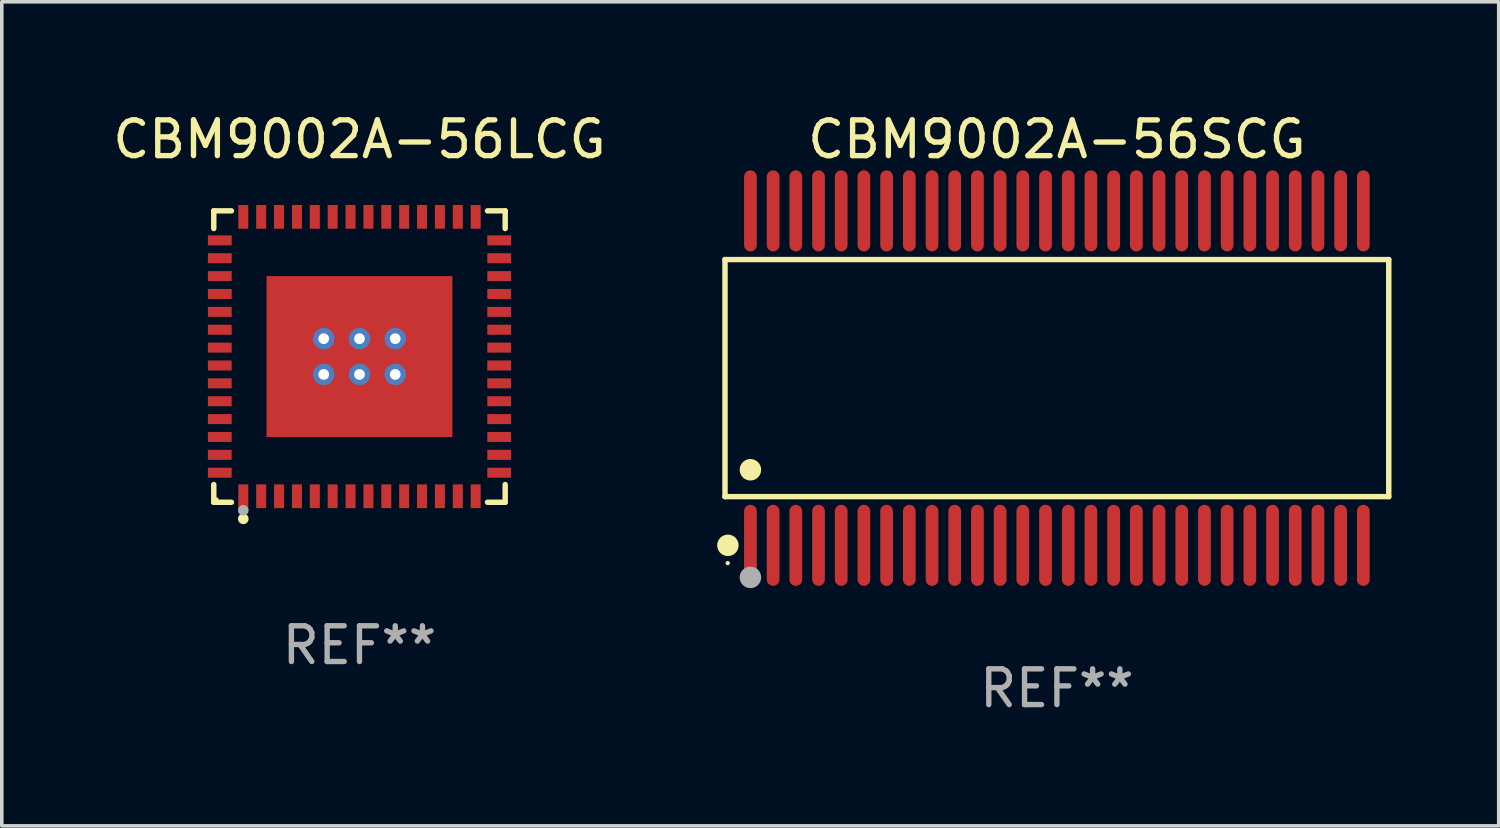
<source format=kicad_pcb>
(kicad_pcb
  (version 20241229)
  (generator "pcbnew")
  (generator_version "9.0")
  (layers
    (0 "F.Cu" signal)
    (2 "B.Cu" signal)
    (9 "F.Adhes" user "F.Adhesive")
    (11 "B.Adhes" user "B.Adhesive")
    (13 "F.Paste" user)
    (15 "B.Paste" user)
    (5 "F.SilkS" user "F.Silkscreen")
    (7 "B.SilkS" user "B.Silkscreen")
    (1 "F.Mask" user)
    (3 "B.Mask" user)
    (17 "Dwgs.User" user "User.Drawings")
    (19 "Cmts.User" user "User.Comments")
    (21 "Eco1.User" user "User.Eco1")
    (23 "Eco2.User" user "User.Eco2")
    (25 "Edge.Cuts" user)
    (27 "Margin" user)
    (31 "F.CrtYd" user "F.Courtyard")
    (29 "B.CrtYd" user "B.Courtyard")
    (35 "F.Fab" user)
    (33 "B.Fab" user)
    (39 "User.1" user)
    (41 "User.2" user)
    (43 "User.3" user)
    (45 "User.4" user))
  (footprint "CBM9002A-56SCG"
    (layer "F.Cu")
    (at 26.515 7.527)
    (property "Reference" "CBM9002A-56SCG" (at 0 -6.678 0) (layer "F.SilkS") (effects (font (size 1 1) (thickness 0.15))))
    (attr through_hole)
    (fp_line (start -9.284 -3.316) (end 9.284 -3.316) (stroke (width 0.152) (type solid)) (layer "F.SilkS"))
    (fp_line (start -9.284 3.316) (end -9.284 -3.316) (stroke (width 0.152) (type solid)) (layer "F.SilkS"))
    (fp_line (start 9.284 -3.316) (end 9.284 3.316) (stroke (width 0.152) (type solid)) (layer "F.SilkS"))
    (fp_line (start 9.284 3.316) (end -9.284 3.316) (stroke (width 0.152) (type solid)) (layer "F.SilkS"))
    (fp_circle (center -9.208 5.175) (end -9.178 5.175) (stroke (width 0.06) (type solid)) (fill no) (layer "F.SilkS"))
    (fp_circle (center -9.203 4.678) (end -9.053 4.678) (stroke (width 0.3) (type solid)) (fill no) (layer "F.SilkS"))
    (fp_circle (center -8.573 2.564) (end -8.422 2.564) (stroke (width 0.3) (type solid)) (fill no) (layer "F.SilkS"))
    (fp_circle (center -8.573 5.575) (end -8.422 5.575) (stroke (width 0.3) (type solid)) (fill no) (layer "F.Fab"))
    (fp_text user "REF**" (at 0 8.678 0) (layer "F.Fab") (effects (font (size 1 1) (thickness 0.15))))
    (pad "1" smd oval (at -8.573 4.678) (size 0.356 2.267) (layers "F.Cu" "F.Mask" "F.Paste"))
    (pad "2" smd oval (at -7.938 4.678) (size 0.356 2.267) (layers "F.Cu" "F.Mask" "F.Paste"))
    (pad "3" smd oval (at -7.303 4.678) (size 0.356 2.267) (layers "F.Cu" "F.Mask" "F.Paste"))
    (pad "4" smd oval (at -6.668 4.678) (size 0.356 2.267) (layers "F.Cu" "F.Mask" "F.Paste"))
    (pad "5" smd oval (at -6.033 4.678) (size 0.356 2.267) (layers "F.Cu" "F.Mask" "F.Paste"))
    (pad "6" smd oval (at -5.398 4.678) (size 0.356 2.267) (layers "F.Cu" "F.Mask" "F.Paste"))
    (pad "7" smd oval (at -4.763 4.678) (size 0.356 2.267) (layers "F.Cu" "F.Mask" "F.Paste"))
    (pad "8" smd oval (at -4.128 4.678) (size 0.356 2.267) (layers "F.Cu" "F.Mask" "F.Paste"))
    (pad "9" smd oval (at -3.493 4.678) (size 0.356 2.267) (layers "F.Cu" "F.Mask" "F.Paste"))
    (pad "10" smd oval (at -2.858 4.678) (size 0.356 2.267) (layers "F.Cu" "F.Mask" "F.Paste"))
    (pad "11" smd oval (at -2.223 4.678) (size 0.356 2.267) (layers "F.Cu" "F.Mask" "F.Paste"))
    (pad "12" smd oval (at -1.588 4.678) (size 0.356 2.267) (layers "F.Cu" "F.Mask" "F.Paste"))
    (pad "13" smd oval (at -0.953 4.678) (size 0.356 2.267) (layers "F.Cu" "F.Mask" "F.Paste"))
    (pad "14" smd oval (at -0.318 4.678) (size 0.356 2.267) (layers "F.Cu" "F.Mask" "F.Paste"))
    (pad "15" smd oval (at 0.318 4.678) (size 0.356 2.267) (layers "F.Cu" "F.Mask" "F.Paste"))
    (pad "16" smd oval (at 0.953 4.678) (size 0.356 2.267) (layers "F.Cu" "F.Mask" "F.Paste"))
    (pad "17" smd oval (at 1.588 4.678) (size 0.356 2.267) (layers "F.Cu" "F.Mask" "F.Paste"))
    (pad "18" smd oval (at 2.223 4.678) (size 0.356 2.267) (layers "F.Cu" "F.Mask" "F.Paste"))
    (pad "19" smd oval (at 2.858 4.678) (size 0.356 2.267) (layers "F.Cu" "F.Mask" "F.Paste"))
    (pad "20" smd oval (at 3.493 4.678) (size 0.356 2.267) (layers "F.Cu" "F.Mask" "F.Paste"))
    (pad "21" smd oval (at 4.128 4.678) (size 0.356 2.267) (layers "F.Cu" "F.Mask" "F.Paste"))
    (pad "22" smd oval (at 4.763 4.678) (size 0.356 2.267) (layers "F.Cu" "F.Mask" "F.Paste"))
    (pad "23" smd oval (at 5.398 4.678) (size 0.356 2.267) (layers "F.Cu" "F.Mask" "F.Paste"))
    (pad "24" smd oval (at 6.033 4.678) (size 0.356 2.267) (layers "F.Cu" "F.Mask" "F.Paste"))
    (pad "25" smd oval (at 6.668 4.678) (size 0.356 2.267) (layers "F.Cu" "F.Mask" "F.Paste"))
    (pad "26" smd oval (at 7.303 4.678) (size 0.356 2.267) (layers "F.Cu" "F.Mask" "F.Paste"))
    (pad "27" smd oval (at 7.938 4.678) (size 0.356 2.267) (layers "F.Cu" "F.Mask" "F.Paste"))
    (pad "28" smd oval (at 8.573 4.678) (size 0.356 2.267) (layers "F.Cu" "F.Mask" "F.Paste"))
    (pad "29" smd oval (at 8.573 -4.678) (size 0.356 2.267) (layers "F.Cu" "F.Mask" "F.Paste"))
    (pad "30" smd oval (at 7.938 -4.678) (size 0.356 2.267) (layers "F.Cu" "F.Mask" "F.Paste"))
    (pad "31" smd oval (at 7.303 -4.678) (size 0.356 2.267) (layers "F.Cu" "F.Mask" "F.Paste"))
    (pad "32" smd oval (at 6.668 -4.678) (size 0.356 2.267) (layers "F.Cu" "F.Mask" "F.Paste"))
    (pad "33" smd oval (at 6.033 -4.678) (size 0.356 2.267) (layers "F.Cu" "F.Mask" "F.Paste"))
    (pad "34" smd oval (at 5.398 -4.678) (size 0.356 2.267) (layers "F.Cu" "F.Mask" "F.Paste"))
    (pad "35" smd oval (at 4.763 -4.678) (size 0.356 2.267) (layers "F.Cu" "F.Mask" "F.Paste"))
    (pad "36" smd oval (at 4.128 -4.678) (size 0.356 2.267) (layers "F.Cu" "F.Mask" "F.Paste"))
    (pad "37" smd oval (at 3.493 -4.678) (size 0.356 2.267) (layers "F.Cu" "F.Mask" "F.Paste"))
    (pad "38" smd oval (at 2.858 -4.678) (size 0.356 2.267) (layers "F.Cu" "F.Mask" "F.Paste"))
    (pad "39" smd oval (at 2.223 -4.678) (size 0.356 2.267) (layers "F.Cu" "F.Mask" "F.Paste"))
    (pad "40" smd oval (at 1.588 -4.678) (size 0.356 2.267) (layers "F.Cu" "F.Mask" "F.Paste"))
    (pad "41" smd oval (at 0.953 -4.678) (size 0.356 2.267) (layers "F.Cu" "F.Mask" "F.Paste"))
    (pad "42" smd oval (at 0.318 -4.678) (size 0.356 2.267) (layers "F.Cu" "F.Mask" "F.Paste"))
    (pad "43" smd oval (at -0.318 -4.678) (size 0.356 2.267) (layers "F.Cu" "F.Mask" "F.Paste"))
    (pad "44" smd oval (at -0.953 -4.678) (size 0.356 2.267) (layers "F.Cu" "F.Mask" "F.Paste"))
    (pad "45" smd oval (at -1.588 -4.678) (size 0.356 2.267) (layers "F.Cu" "F.Mask" "F.Paste"))
    (pad "46" smd oval (at -2.223 -4.678) (size 0.356 2.267) (layers "F.Cu" "F.Mask" "F.Paste"))
    (pad "47" smd oval (at -2.858 -4.678) (size 0.356 2.267) (layers "F.Cu" "F.Mask" "F.Paste"))
    (pad "48" smd oval (at -3.493 -4.678) (size 0.356 2.267) (layers "F.Cu" "F.Mask" "F.Paste"))
    (pad "49" smd oval (at -4.128 -4.678) (size 0.356 2.267) (layers "F.Cu" "F.Mask" "F.Paste"))
    (pad "50" smd oval (at -4.763 -4.678) (size 0.356 2.267) (layers "F.Cu" "F.Mask" "F.Paste"))
    (pad "51" smd oval (at -5.398 -4.678) (size 0.356 2.267) (layers "F.Cu" "F.Mask" "F.Paste"))
    (pad "52" smd oval (at -6.033 -4.678) (size 0.356 2.267) (layers "F.Cu" "F.Mask" "F.Paste"))
    (pad "53" smd oval (at -6.668 -4.678) (size 0.356 2.267) (layers "F.Cu" "F.Mask" "F.Paste"))
    (pad "54" smd oval (at -7.303 -4.678) (size 0.356 2.267) (layers "F.Cu" "F.Mask" "F.Paste"))
    (pad "55" smd oval (at -7.938 -4.678) (size 0.356 2.267) (layers "F.Cu" "F.Mask" "F.Paste"))
    (pad "56" smd oval (at -8.573 -4.678) (size 0.356 2.267) (layers "F.Cu" "F.Mask" "F.Paste")))
  (footprint "CBM9002A-56LCG"
    (layer "F.Cu")
    (at 7.006 6.924)
    (property "Reference" "CBM9002A-56LCG" (at 0 -6.076 0) (layer "F.SilkS") (effects (font (size 1 1) (thickness 0.15))))
    (attr through_hole)
    (fp_line (start -4.076 -4.076) (end -3.581 -4.076) (stroke (width 0.152) (type solid)) (layer "F.SilkS"))
    (fp_line (start -4.076 -3.581) (end -4.076 -4.076) (stroke (width 0.152) (type solid)) (layer "F.SilkS"))
    (fp_line (start -4.076 3.581) (end -4.076 4.076) (stroke (width 0.152) (type solid)) (layer "F.SilkS"))
    (fp_line (start -4.076 4.076) (end -3.581 4.076) (stroke (width 0.152) (type solid)) (layer "F.SilkS"))
    (fp_line (start 4.076 -4.076) (end 3.581 -4.076) (stroke (width 0.152) (type solid)) (layer "F.SilkS"))
    (fp_line (start 4.076 -3.581) (end 4.076 -4.076) (stroke (width 0.152) (type solid)) (layer "F.SilkS"))
    (fp_line (start 4.076 3.581) (end 4.076 4.076) (stroke (width 0.152) (type solid)) (layer "F.SilkS"))
    (fp_line (start 4.076 4.076) (end 3.581 4.076) (stroke (width 0.152) (type solid)) (layer "F.SilkS"))
    (fp_circle (center -4 4) (end -3.97 4) (stroke (width 0.06) (type solid)) (fill no) (layer "F.SilkS"))
    (fp_circle (center -3.25 4.54) (end -3.175 4.54) (stroke (width 0.15) (type solid)) (fill no) (layer "F.SilkS"))
    (fp_circle (center -3.25 4.3) (end -3.175 4.3) (stroke (width 0.15) (type solid)) (fill no) (layer "F.Fab"))
    (fp_text user "REF**" (at 0 8.076 0) (layer "F.Fab") (effects (font (size 1 1) (thickness 0.15))))
    (pad "1" smd rect (at -3.25 3.908) (size 0.28 0.665) (layers "F.Cu" "F.Mask" "F.Paste"))
    (pad "2" smd rect (at -2.75 3.908) (size 0.28 0.665) (layers "F.Cu" "F.Mask" "F.Paste"))
    (pad "3" smd rect (at -2.25 3.908) (size 0.28 0.665) (layers "F.Cu" "F.Mask" "F.Paste"))
    (pad "4" smd rect (at -1.75 3.908) (size 0.28 0.665) (layers "F.Cu" "F.Mask" "F.Paste"))
    (pad "5" smd rect (at -1.25 3.908) (size 0.28 0.665) (layers "F.Cu" "F.Mask" "F.Paste"))
    (pad "6" smd rect (at -0.75 3.908) (size 0.28 0.665) (layers "F.Cu" "F.Mask" "F.Paste"))
    (pad "7" smd rect (at -0.25 3.908) (size 0.28 0.665) (layers "F.Cu" "F.Mask" "F.Paste"))
    (pad "8" smd rect (at 0.25 3.908) (size 0.28 0.665) (layers "F.Cu" "F.Mask" "F.Paste"))
    (pad "9" smd rect (at 0.75 3.908) (size 0.28 0.665) (layers "F.Cu" "F.Mask" "F.Paste"))
    (pad "10" smd rect (at 1.25 3.908) (size 0.28 0.665) (layers "F.Cu" "F.Mask" "F.Paste"))
    (pad "11" smd rect (at 1.75 3.908) (size 0.28 0.665) (layers "F.Cu" "F.Mask" "F.Paste"))
    (pad "12" smd rect (at 2.25 3.908) (size 0.28 0.665) (layers "F.Cu" "F.Mask" "F.Paste"))
    (pad "13" smd rect (at 2.75 3.908) (size 0.28 0.665) (layers "F.Cu" "F.Mask" "F.Paste"))
    (pad "14" smd rect (at 3.25 3.908) (size 0.28 0.665) (layers "F.Cu" "F.Mask" "F.Paste"))
    (pad "15" smd rect (at 3.908 3.25) (size 0.665 0.28) (layers "F.Cu" "F.Mask" "F.Paste"))
    (pad "16" smd rect (at 3.908 2.75) (size 0.665 0.28) (layers "F.Cu" "F.Mask" "F.Paste"))
    (pad "17" smd rect (at 3.908 2.25) (size 0.665 0.28) (layers "F.Cu" "F.Mask" "F.Paste"))
    (pad "18" smd rect (at 3.908 1.75) (size 0.665 0.28) (layers "F.Cu" "F.Mask" "F.Paste"))
    (pad "19" smd rect (at 3.908 1.25) (size 0.665 0.28) (layers "F.Cu" "F.Mask" "F.Paste"))
    (pad "20" smd rect (at 3.908 0.75) (size 0.665 0.28) (layers "F.Cu" "F.Mask" "F.Paste"))
    (pad "21" smd rect (at 3.908 0.25) (size 0.665 0.28) (layers "F.Cu" "F.Mask" "F.Paste"))
    (pad "22" smd rect (at 3.908 -0.25) (size 0.665 0.28) (layers "F.Cu" "F.Mask" "F.Paste"))
    (pad "23" smd rect (at 3.908 -0.75) (size 0.665 0.28) (layers "F.Cu" "F.Mask" "F.Paste"))
    (pad "24" smd rect (at 3.908 -1.25) (size 0.665 0.28) (layers "F.Cu" "F.Mask" "F.Paste"))
    (pad "25" smd rect (at 3.908 -1.75) (size 0.665 0.28) (layers "F.Cu" "F.Mask" "F.Paste"))
    (pad "26" smd rect (at 3.908 -2.25) (size 0.665 0.28) (layers "F.Cu" "F.Mask" "F.Paste"))
    (pad "27" smd rect (at 3.908 -2.75) (size 0.665 0.28) (layers "F.Cu" "F.Mask" "F.Paste"))
    (pad "28" smd rect (at 3.908 -3.25) (size 0.665 0.28) (layers "F.Cu" "F.Mask" "F.Paste"))
    (pad "29" smd rect (at 3.25 -3.908) (size 0.28 0.665) (layers "F.Cu" "F.Mask" "F.Paste"))
    (pad "30" smd rect (at 2.75 -3.908) (size 0.28 0.665) (layers "F.Cu" "F.Mask" "F.Paste"))
    (pad "31" smd rect (at 2.25 -3.908) (size 0.28 0.665) (layers "F.Cu" "F.Mask" "F.Paste"))
    (pad "32" smd rect (at 1.75 -3.908) (size 0.28 0.665) (layers "F.Cu" "F.Mask" "F.Paste"))
    (pad "33" smd rect (at 1.25 -3.908) (size 0.28 0.665) (layers "F.Cu" "F.Mask" "F.Paste"))
    (pad "34" smd rect (at 0.75 -3.908) (size 0.28 0.665) (layers "F.Cu" "F.Mask" "F.Paste"))
    (pad "35" smd rect (at 0.25 -3.908) (size 0.28 0.665) (layers "F.Cu" "F.Mask" "F.Paste"))
    (pad "36" smd rect (at -0.25 -3.908) (size 0.28 0.665) (layers "F.Cu" "F.Mask" "F.Paste"))
    (pad "37" smd rect (at -0.75 -3.908) (size 0.28 0.665) (layers "F.Cu" "F.Mask" "F.Paste"))
    (pad "38" smd rect (at -1.25 -3.908) (size 0.28 0.665) (layers "F.Cu" "F.Mask" "F.Paste"))
    (pad "39" smd rect (at -1.75 -3.908) (size 0.28 0.665) (layers "F.Cu" "F.Mask" "F.Paste"))
    (pad "40" smd rect (at -2.25 -3.908) (size 0.28 0.665) (layers "F.Cu" "F.Mask" "F.Paste"))
    (pad "41" smd rect (at -2.75 -3.908) (size 0.28 0.665) (layers "F.Cu" "F.Mask" "F.Paste"))
    (pad "42" smd rect (at -3.25 -3.908) (size 0.28 0.665) (layers "F.Cu" "F.Mask" "F.Paste"))
    (pad "43" smd rect (at -3.908 -3.25) (size 0.665 0.28) (layers "F.Cu" "F.Mask" "F.Paste"))
    (pad "44" smd rect (at -3.908 -2.75) (size 0.665 0.28) (layers "F.Cu" "F.Mask" "F.Paste"))
    (pad "45" smd rect (at -3.908 -2.25) (size 0.665 0.28) (layers "F.Cu" "F.Mask" "F.Paste"))
    (pad "46" smd rect (at -3.908 -1.75) (size 0.665 0.28) (layers "F.Cu" "F.Mask" "F.Paste"))
    (pad "47" smd rect (at -3.908 -1.25) (size 0.665 0.28) (layers "F.Cu" "F.Mask" "F.Paste"))
    (pad "48" smd rect (at -3.908 -0.75) (size 0.665 0.28) (layers "F.Cu" "F.Mask" "F.Paste"))
    (pad "49" smd rect (at -3.908 -0.25) (size 0.665 0.28) (layers "F.Cu" "F.Mask" "F.Paste"))
    (pad "50" smd rect (at -3.908 0.25) (size 0.665 0.28) (layers "F.Cu" "F.Mask" "F.Paste"))
    (pad "51" smd rect (at -3.908 0.75) (size 0.665 0.28) (layers "F.Cu" "F.Mask" "F.Paste"))
    (pad "52" smd rect (at -3.908 1.25) (size 0.665 0.28) (layers "F.Cu" "F.Mask" "F.Paste"))
    (pad "53" smd rect (at -3.908 1.75) (size 0.665 0.28) (layers "F.Cu" "F.Mask" "F.Paste"))
    (pad "54" smd rect (at -3.908 2.25) (size 0.665 0.28) (layers "F.Cu" "F.Mask" "F.Paste"))
    (pad "55" smd rect (at -3.908 2.75) (size 0.665 0.28) (layers "F.Cu" "F.Mask" "F.Paste"))
    (pad "56" smd rect (at -3.908 3.25) (size 0.665 0.28) (layers "F.Cu" "F.Mask" "F.Paste"))
    (pad "57" thru_hole circle (at -1 -0.5) (size 0.6 0.6) (drill 0.3) (layers "*.Cu" "*.Mask"))
    (pad "57" thru_hole circle (at -1 0.5) (size 0.6 0.6) (drill 0.3) (layers "*.Cu" "*.Mask"))
    (pad "57" thru_hole circle (at 0 -0.5) (size 0.6 0.6) (drill 0.3) (layers "*.Cu" "*.Mask"))
    (pad "57" smd rect (at 0 0) (size 5.2 4.5) (layers "F.Cu" "F.Mask" "F.Paste"))
    (pad "57" thru_hole circle (at 0 0.5) (size 0.6 0.6) (drill 0.3) (layers "*.Cu" "*.Mask"))
    (pad "57" thru_hole circle (at 1 -0.5) (size 0.6 0.6) (drill 0.3) (layers "*.Cu" "*.Mask"))
    (pad "57" thru_hole circle (at 1 0.5) (size 0.6 0.6) (drill 0.3) (layers "*.Cu" "*.Mask")))
  (gr_rect
    (start -3 -3)
    (end 38.875 20.053)
    (stroke (width 0.1) (type default))
    (fill no)
    (layer "Edge.Cuts")))
</source>
